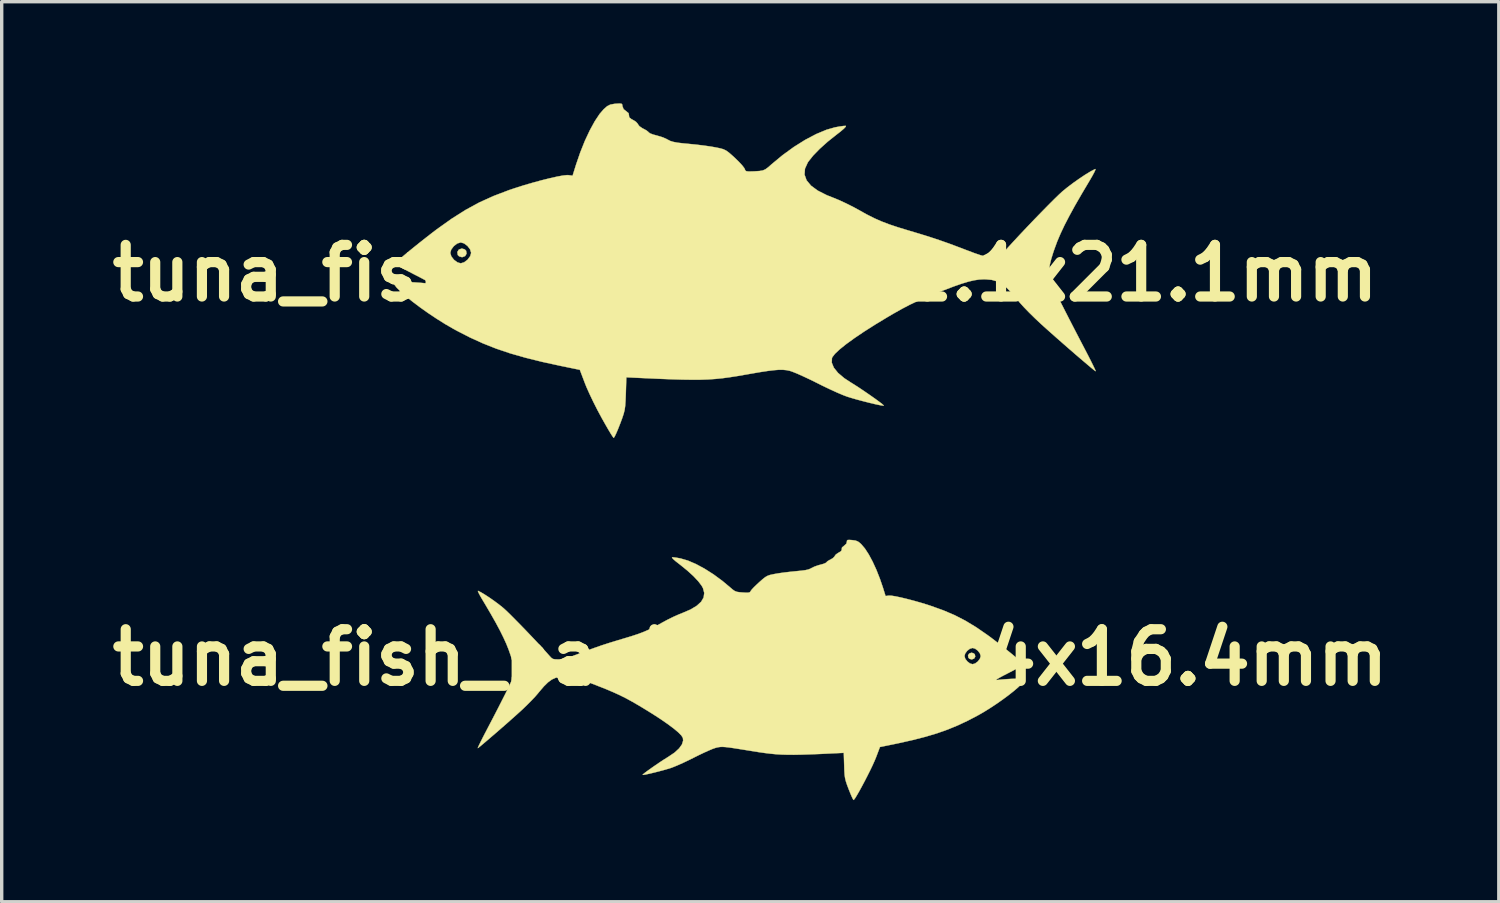
<source format=kicad_pcb>
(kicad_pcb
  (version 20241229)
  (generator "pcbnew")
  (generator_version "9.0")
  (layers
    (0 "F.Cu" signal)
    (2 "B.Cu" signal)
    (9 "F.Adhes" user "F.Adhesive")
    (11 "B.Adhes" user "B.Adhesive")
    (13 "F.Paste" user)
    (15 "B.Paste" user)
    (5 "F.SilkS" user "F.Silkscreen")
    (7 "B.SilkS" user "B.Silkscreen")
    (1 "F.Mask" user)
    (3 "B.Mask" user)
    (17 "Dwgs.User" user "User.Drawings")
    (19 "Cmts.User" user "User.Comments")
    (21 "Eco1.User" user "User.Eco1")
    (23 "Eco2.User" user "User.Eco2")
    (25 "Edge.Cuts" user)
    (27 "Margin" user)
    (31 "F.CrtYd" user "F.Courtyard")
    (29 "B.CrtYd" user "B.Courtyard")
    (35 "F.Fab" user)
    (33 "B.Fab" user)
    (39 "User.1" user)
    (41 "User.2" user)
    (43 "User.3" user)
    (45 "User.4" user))
  (footprint "tuna_fish_back2_R_16.4x16.4mm"
    (layer "F.Cu")
    (at 19.094 16.356)
    (property "Reference" "tuna_fish_back2_R_16.4x16.4mm" (at 0 0 0) (layer "F.SilkS") (effects (font (size 1.524 1.524) (thickness 0.3))))
    (attr through_hole)
    (fp_poly (pts (xy 6.597 -0.122) (xy 6.628 -0.092) (xy 6.64 -0.025) (xy 6.607 0.031) (xy 6.541 0.056) (xy 6.533 0.056) (xy 6.47 0.038) (xy 6.438 0.006) (xy 6.427 -0.062) (xy 6.461 -0.117) (xy 6.529 -0.141) (xy 6.533 -0.141) (xy 6.597 -0.122)) (stroke (width 0.01) (type solid)) (fill yes) (layer "F.SilkS"))
    (fp_poly (pts (xy 3.007 -3.465) (xy 3.108 -3.451) (xy 3.181 -3.422) (xy 3.255 -3.363) (xy 3.277 -3.342) (xy 3.384 -3.216) (xy 3.497 -3.042) (xy 3.611 -2.83) (xy 3.723 -2.586) (xy 3.828 -2.319) (xy 3.914 -2.068) (xy 3.993 -1.814) (xy 4.092 -1.827) (xy 4.165 -1.824) (xy 4.282 -1.806) (xy 4.435 -1.774) (xy 4.615 -1.731) (xy 4.814 -1.679) (xy 5.023 -1.62) (xy 5.233 -1.556) (xy 5.329 -1.524) (xy 5.697 -1.392) (xy 6.033 -1.249) (xy 6.351 -1.085) (xy 6.668 -0.893) (xy 6.997 -0.666) (xy 7.104 -0.588) (xy 7.24 -0.484) (xy 7.385 -0.372) (xy 7.532 -0.255) (xy 7.674 -0.141) (xy 7.804 -0.034) (xy 7.915 0.059) (xy 8.001 0.134) (xy 8.055 0.185) (xy 8.071 0.204) (xy 8.047 0.223) (xy 7.981 0.263) (xy 7.881 0.319) (xy 7.754 0.387) (xy 7.627 0.453) (xy 7.469 0.534) (xy 7.358 0.594) (xy 7.29 0.634) (xy 7.262 0.657) (xy 7.269 0.666) (xy 7.295 0.664) (xy 7.421 0.65) (xy 7.561 0.639) (xy 7.704 0.631) (xy 7.84 0.627) (xy 7.958 0.627) (xy 8.046 0.631) (xy 8.094 0.639) (xy 8.1 0.645) (xy 8.077 0.699) (xy 8.011 0.778) (xy 7.909 0.877) (xy 7.776 0.991) (xy 7.619 1.115) (xy 7.443 1.245) (xy 7.255 1.376) (xy 7.061 1.504) (xy 6.866 1.624) (xy 6.731 1.701) (xy 6.429 1.86) (xy 6.132 2) (xy 5.831 2.124) (xy 5.515 2.236) (xy 5.174 2.338) (xy 4.8 2.434) (xy 4.382 2.528) (xy 4.263 2.553) (xy 3.827 2.642) (xy 3.709 2.954) (xy 3.666 3.056) (xy 3.608 3.185) (xy 3.537 3.333) (xy 3.458 3.49) (xy 3.376 3.65) (xy 3.294 3.804) (xy 3.218 3.943) (xy 3.15 4.061) (xy 3.097 4.148) (xy 3.06 4.197) (xy 3.049 4.205) (xy 3.031 4.18) (xy 2.998 4.113) (xy 2.955 4.013) (xy 2.906 3.89) (xy 2.905 3.888) (xy 2.855 3.755) (xy 2.821 3.652) (xy 2.799 3.562) (xy 2.785 3.467) (xy 2.777 3.349) (xy 2.772 3.193) (xy 2.772 3.192) (xy 2.76 2.814) (xy 2.375 2.832) (xy 2.04 2.848) (xy 1.753 2.859) (xy 1.506 2.867) (xy 1.292 2.871) (xy 1.102 2.87) (xy 0.928 2.865) (xy 0.763 2.855) (xy 0.598 2.839) (xy 0.425 2.818) (xy 0.237 2.791) (xy 0.025 2.757) (xy -0.085 2.739) (xy -0.31 2.703) (xy -0.487 2.675) (xy -0.625 2.655) (xy -0.731 2.643) (xy -0.813 2.638) (xy -0.878 2.639) (xy -0.935 2.646) (xy -0.992 2.658) (xy -1.021 2.666) (xy -1.099 2.692) (xy -1.214 2.74) (xy -1.357 2.804) (xy -1.514 2.879) (xy -1.649 2.946) (xy -1.815 3.029) (xy -1.982 3.108) (xy -2.136 3.177) (xy -2.264 3.23) (xy -2.335 3.257) (xy -2.447 3.291) (xy -2.579 3.329) (xy -2.719 3.366) (xy -2.858 3.401) (xy -2.985 3.431) (xy -3.087 3.453) (xy -3.156 3.464) (xy -3.178 3.463) (xy -3.161 3.444) (xy -3.106 3.399) (xy -3.02 3.336) (xy -2.914 3.26) (xy -2.794 3.177) (xy -2.671 3.093) (xy -2.552 3.015) (xy -2.447 2.949) (xy -2.409 2.925) (xy -2.233 2.806) (xy -2.101 2.684) (xy -2.016 2.565) (xy -1.981 2.452) (xy -1.989 2.373) (xy -2.032 2.303) (xy -2.122 2.211) (xy -2.255 2.099) (xy -2.43 1.968) (xy -2.641 1.822) (xy -2.886 1.663) (xy -3.162 1.493) (xy -3.265 1.431) (xy -3.478 1.307) (xy -3.666 1.204) (xy -3.846 1.114) (xy -4.034 1.028) (xy -4.248 0.937) (xy -4.394 0.879) (xy -4.647 0.78) (xy -4.857 0.702) (xy -5.031 0.644) (xy -5.176 0.604) (xy -5.299 0.579) (xy -5.409 0.566) (xy -5.474 0.564) (xy -5.618 0.572) (xy -5.743 0.598) (xy -5.856 0.649) (xy -5.968 0.731) (xy -6.088 0.848) (xy -6.224 1.006) (xy -6.269 1.062) (xy -6.347 1.152) (xy -6.456 1.267) (xy -6.583 1.395) (xy -6.716 1.524) (xy -6.777 1.58) (xy -6.895 1.687) (xy -7.031 1.808) (xy -7.178 1.939) (xy -7.332 2.073) (xy -7.484 2.206) (xy -7.631 2.332) (xy -7.764 2.446) (xy -7.878 2.543) (xy -7.966 2.617) (xy -8.024 2.663) (xy -8.042 2.675) (xy -8.036 2.654) (xy -8.007 2.59) (xy -7.958 2.49) (xy -7.893 2.36) (xy -7.815 2.209) (xy -7.771 2.125) (xy -7.665 1.922) (xy -7.548 1.698) (xy -7.431 1.471) (xy -7.323 1.258) (xy -7.236 1.087) (xy -7.136 0.884) (xy -7.061 0.721) (xy -7.01 0.586) (xy -6.982 0.47) (xy -6.974 0.36) (xy -6.986 0.248) (xy -7.016 0.122) (xy -7.061 -0.028) (xy -7.07 -0.056) (xy -7.13 -0.228) (xy -7.2 -0.404) (xy -7.285 -0.59) (xy -7.386 -0.794) (xy -7.508 -1.022) (xy -7.654 -1.28) (xy -7.827 -1.575) (xy -7.912 -1.717) (xy -7.973 -1.822) (xy -8.016 -1.904) (xy -8.038 -1.955) (xy -8.036 -1.968) (xy -7.951 -1.926) (xy -7.834 -1.856) (xy -7.699 -1.768) (xy -7.556 -1.668) (xy -7.419 -1.566) (xy -7.299 -1.47) (xy -7.278 -1.452) (xy -7.196 -1.377) (xy -7.084 -1.268) (xy -6.948 -1.131) (xy -6.795 -0.976) (xy -6.632 -0.808) (xy -6.468 -0.636) (xy -6.307 -0.466) (xy -6.159 -0.307) (xy -6.03 -0.165) (xy -5.927 -0.049) (xy -5.872 0.01) (xy -5.824 0.042) (xy -5.761 0.054) (xy -5.666 0.056) (xy -5.587 0.053) (xy -5.504 0.039) (xy -5.406 0.013) (xy -5.281 -0.029) (xy -5.244 -0.042) (xy 6.322 -0.042) (xy 6.346 0.038) (xy 6.406 0.116) (xy 6.485 0.176) (xy 6.562 0.198) (xy 6.639 0.175) (xy 6.719 0.115) (xy 6.779 0.034) (xy 6.802 -0.042) (xy 6.777 -0.123) (xy 6.717 -0.201) (xy 6.638 -0.26) (xy 6.562 -0.282) (xy 6.481 -0.258) (xy 6.403 -0.198) (xy 6.344 -0.119) (xy 6.322 -0.042) (xy -5.244 -0.042) (xy -5.117 -0.09) (xy -5.083 -0.103) (xy -4.821 -0.203) (xy -4.592 -0.286) (xy -4.377 -0.361) (xy -4.157 -0.432) (xy -3.914 -0.506) (xy -3.754 -0.554) (xy -3.508 -0.628) (xy -3.302 -0.696) (xy -3.123 -0.765) (xy -2.956 -0.839) (xy -2.786 -0.926) (xy -2.599 -1.03) (xy -2.445 -1.113) (xy -2.273 -1.198) (xy -2.107 -1.272) (xy -1.999 -1.315) (xy -1.761 -1.417) (xy -1.578 -1.528) (xy -1.449 -1.646) (xy -1.376 -1.772) (xy -1.358 -1.906) (xy -1.395 -2.046) (xy -1.434 -2.118) (xy -1.535 -2.251) (xy -1.677 -2.402) (xy -1.855 -2.564) (xy -2.059 -2.73) (xy -2.099 -2.761) (xy -2.199 -2.839) (xy -2.271 -2.902) (xy -2.308 -2.943) (xy -2.308 -2.958) (xy -2.261 -2.956) (xy -2.177 -2.945) (xy -2.071 -2.926) (xy -2.057 -2.923) (xy -1.843 -2.861) (xy -1.603 -2.758) (xy -1.347 -2.62) (xy -1.083 -2.452) (xy -0.82 -2.258) (xy -0.608 -2.081) (xy -0.522 -2.007) (xy -0.457 -1.962) (xy -0.394 -1.938) (xy -0.314 -1.926) (xy -0.227 -1.919) (xy -0.118 -1.913) (xy -0.051 -1.915) (xy -0.014 -1.927) (xy 0.008 -1.952) (xy 0.014 -1.965) (xy 0.046 -2.008) (xy 0.111 -2.077) (xy 0.198 -2.161) (xy 0.265 -2.223) (xy 0.366 -2.312) (xy 0.441 -2.371) (xy 0.507 -2.409) (xy 0.578 -2.435) (xy 0.672 -2.456) (xy 0.73 -2.467) (xy 0.859 -2.489) (xy 1.021 -2.511) (xy 1.195 -2.531) (xy 1.341 -2.546) (xy 1.505 -2.562) (xy 1.625 -2.578) (xy 1.711 -2.597) (xy 1.775 -2.622) (xy 1.807 -2.64) (xy 1.893 -2.682) (xy 2.004 -2.721) (xy 2.071 -2.739) (xy 2.161 -2.764) (xy 2.226 -2.791) (xy 2.248 -2.81) (xy 2.28 -2.842) (xy 2.345 -2.88) (xy 2.37 -2.892) (xy 2.441 -2.935) (xy 2.487 -2.981) (xy 2.492 -2.994) (xy 2.525 -3.039) (xy 2.59 -3.085) (xy 2.609 -3.095) (xy 2.678 -3.137) (xy 2.701 -3.178) (xy 2.699 -3.198) (xy 2.708 -3.249) (xy 2.768 -3.297) (xy 2.835 -3.358) (xy 2.85 -3.411) (xy 2.854 -3.449) (xy 2.874 -3.468) (xy 2.924 -3.471) (xy 3.007 -3.465)) (stroke (width 0.01) (type solid)) (fill yes) (layer "F.SilkS")))
  (footprint "tuna_fish_back2_L_21.1x21.1mm"
    (layer "F.Cu")
    (at 18.948 5.012)
    (property "Reference" "tuna_fish_back2_L_21.1x21.1mm" (at 0 0 0) (layer "F.SilkS") (effects (font (size 1.524 1.524) (thickness 0.3))))
    (attr through_hole)
    (fp_poly (pts (xy -8.282 -0.702) (xy -8.242 -0.663) (xy -8.227 -0.577) (xy -8.269 -0.505) (xy -8.354 -0.472) (xy -8.364 -0.472) (xy -8.446 -0.496) (xy -8.487 -0.536) (xy -8.5 -0.624) (xy -8.456 -0.695) (xy -8.37 -0.726) (xy -8.364 -0.726) (xy -8.282 -0.702)) (stroke (width 0.01) (type solid)) (fill yes) (layer "F.SilkS"))
    (fp_poly (pts (xy -3.655 -5.001) (xy -3.632 -4.975) (xy -3.628 -4.93) (xy -3.593 -4.84) (xy -3.522 -4.784) (xy -3.445 -4.721) (xy -3.434 -4.656) (xy -3.427 -4.6) (xy -3.365 -4.548) (xy -3.319 -4.524) (xy -3.229 -4.468) (xy -3.174 -4.407) (xy -3.168 -4.393) (xy -3.126 -4.337) (xy -3.042 -4.279) (xy -3.011 -4.263) (xy -2.92 -4.214) (xy -2.862 -4.168) (xy -2.854 -4.157) (xy -2.812 -4.126) (xy -2.721 -4.091) (xy -2.627 -4.066) (xy -2.485 -4.025) (xy -2.35 -3.972) (xy -2.288 -3.939) (xy -2.216 -3.902) (xy -2.124 -3.874) (xy -1.998 -3.85) (xy -1.824 -3.83) (xy -1.687 -3.817) (xy -1.472 -3.796) (xy -1.247 -3.769) (xy -1.041 -3.74) (xy -0.9 -3.716) (xy -0.756 -3.687) (xy -0.653 -3.659) (xy -0.568 -3.619) (xy -0.483 -3.557) (xy -0.374 -3.462) (xy -0.31 -3.403) (xy -0.193 -3.289) (xy -0.096 -3.185) (xy -0.033 -3.104) (xy -0.016 -3.071) (xy -0.001 -3.032) (xy 0.03 -3.009) (xy 0.093 -3.001) (xy 0.205 -3.003) (xy 0.281 -3.006) (xy 0.42 -3.015) (xy 0.515 -3.031) (xy 0.592 -3.064) (xy 0.675 -3.125) (xy 0.778 -3.216) (xy 1.099 -3.482) (xy 1.432 -3.724) (xy 1.767 -3.934) (xy 2.092 -4.105) (xy 2.396 -4.232) (xy 2.645 -4.303) (xy 2.782 -4.328) (xy 2.896 -4.344) (xy 2.964 -4.347) (xy 2.968 -4.347) (xy 2.963 -4.322) (xy 2.908 -4.264) (xy 2.81 -4.18) (xy 2.699 -4.094) (xy 2.431 -3.881) (xy 2.196 -3.67) (xy 2.004 -3.473) (xy 1.864 -3.297) (xy 1.844 -3.268) (xy 1.76 -3.083) (xy 1.748 -2.907) (xy 1.808 -2.74) (xy 1.938 -2.583) (xy 2.138 -2.436) (xy 2.409 -2.299) (xy 2.57 -2.236) (xy 2.756 -2.16) (xy 2.973 -2.06) (xy 3.192 -1.95) (xy 3.342 -1.868) (xy 3.582 -1.734) (xy 3.801 -1.623) (xy 4.016 -1.528) (xy 4.246 -1.44) (xy 4.51 -1.352) (xy 4.826 -1.256) (xy 5.167 -1.154) (xy 5.464 -1.061) (xy 5.741 -0.969) (xy 6.023 -0.87) (xy 6.332 -0.754) (xy 6.536 -0.676) (xy 6.756 -0.593) (xy 6.925 -0.535) (xy 7.057 -0.498) (xy 7.166 -0.479) (xy 7.267 -0.472) (xy 7.285 -0.472) (xy 7.41 -0.475) (xy 7.49 -0.492) (xy 7.552 -0.533) (xy 7.621 -0.608) (xy 7.754 -0.759) (xy 7.921 -0.941) (xy 8.112 -1.146) (xy 8.318 -1.364) (xy 8.53 -1.586) (xy 8.739 -1.801) (xy 8.935 -2.001) (xy 9.11 -2.176) (xy 9.254 -2.316) (xy 9.357 -2.411) (xy 9.504 -2.531) (xy 9.677 -2.662) (xy 9.86 -2.791) (xy 10.037 -2.909) (xy 10.194 -3.004) (xy 10.313 -3.066) (xy 10.332 -3.074) (xy 10.333 -3.053) (xy 10.301 -2.981) (xy 10.242 -2.871) (xy 10.173 -2.752) (xy 9.934 -2.349) (xy 9.731 -1.998) (xy 9.562 -1.689) (xy 9.42 -1.415) (xy 9.303 -1.167) (xy 9.205 -0.936) (xy 9.123 -0.713) (xy 9.09 -0.617) (xy 9.028 -0.417) (xy 8.987 -0.251) (xy 8.968 -0.104) (xy 8.973 0.036) (xy 9.005 0.183) (xy 9.066 0.352) (xy 9.156 0.554) (xy 9.279 0.805) (xy 9.303 0.853) (xy 9.422 1.087) (xy 9.562 1.361) (xy 9.713 1.654) (xy 9.862 1.941) (xy 9.991 2.188) (xy 10.098 2.394) (xy 10.191 2.576) (xy 10.265 2.725) (xy 10.316 2.832) (xy 10.34 2.889) (xy 10.34 2.895) (xy 10.301 2.868) (xy 10.216 2.799) (xy 10.093 2.695) (xy 9.939 2.564) (xy 9.762 2.413) (xy 9.572 2.248) (xy 9.374 2.075) (xy 9.178 1.903) (xy 8.992 1.738) (xy 8.822 1.586) (xy 8.713 1.487) (xy 8.543 1.327) (xy 8.374 1.161) (xy 8.221 1.003) (xy 8.101 0.87) (xy 8.06 0.821) (xy 7.877 0.6) (xy 7.718 0.434) (xy 7.572 0.317) (xy 7.427 0.241) (xy 7.273 0.198) (xy 7.096 0.182) (xy 7.038 0.181) (xy 6.903 0.188) (xy 6.756 0.21) (xy 6.588 0.249) (xy 6.389 0.309) (xy 6.149 0.393) (xy 5.859 0.503) (xy 5.649 0.585) (xy 5.343 0.71) (xy 5.084 0.823) (xy 4.849 0.934) (xy 4.617 1.056) (xy 4.365 1.198) (xy 4.198 1.296) (xy 3.831 1.518) (xy 3.501 1.728) (xy 3.214 1.922) (xy 2.973 2.097) (xy 2.782 2.251) (xy 2.646 2.379) (xy 2.569 2.479) (xy 2.557 2.507) (xy 2.551 2.642) (xy 2.612 2.79) (xy 2.736 2.944) (xy 2.92 3.1) (xy 3.098 3.217) (xy 3.222 3.294) (xy 3.369 3.389) (xy 3.526 3.495) (xy 3.683 3.603) (xy 3.828 3.705) (xy 3.951 3.795) (xy 4.04 3.863) (xy 4.084 3.903) (xy 4.086 3.909) (xy 4.045 3.908) (xy 3.948 3.891) (xy 3.809 3.861) (xy 3.643 3.821) (xy 3.463 3.775) (xy 3.283 3.727) (xy 3.117 3.679) (xy 3.002 3.643) (xy 2.876 3.595) (xy 2.702 3.521) (xy 2.499 3.428) (xy 2.283 3.325) (xy 2.12 3.243) (xy 1.913 3.141) (xy 1.713 3.047) (xy 1.535 2.967) (xy 1.393 2.91) (xy 1.314 2.883) (xy 1.218 2.863) (xy 1.114 2.853) (xy 0.993 2.852) (xy 0.843 2.864) (xy 0.656 2.887) (xy 0.421 2.923) (xy 0.127 2.974) (xy 0.025 2.992) (xy -0.23 3.036) (xy -0.46 3.072) (xy -0.674 3.101) (xy -0.884 3.122) (xy -1.098 3.137) (xy -1.326 3.145) (xy -1.578 3.146) (xy -1.863 3.142) (xy -2.192 3.132) (xy -2.574 3.117) (xy -3.017 3.097) (xy -3.512 3.074) (xy -3.527 3.56) (xy -3.535 3.761) (xy -3.545 3.912) (xy -3.562 4.035) (xy -3.591 4.151) (xy -3.635 4.283) (xy -3.698 4.453) (xy -3.699 4.454) (xy -3.761 4.612) (xy -3.817 4.741) (xy -3.86 4.829) (xy -3.884 4.862) (xy -3.884 4.862) (xy -3.91 4.832) (xy -3.965 4.748) (xy -4.042 4.619) (xy -4.136 4.456) (xy -4.241 4.269) (xy -4.247 4.258) (xy -4.367 4.034) (xy -4.487 3.797) (xy -4.596 3.568) (xy -4.686 3.368) (xy -4.732 3.254) (xy -4.884 2.853) (xy -5.444 2.738) (xy -5.999 2.617) (xy -6.494 2.494) (xy -6.942 2.366) (xy -7.356 2.226) (xy -7.747 2.071) (xy -8.129 1.897) (xy -8.514 1.699) (xy -8.618 1.642) (xy -8.864 1.5) (xy -9.115 1.342) (xy -9.364 1.176) (xy -9.602 1.007) (xy -9.821 0.842) (xy -10.015 0.685) (xy -10.175 0.544) (xy -10.293 0.424) (xy -10.363 0.331) (xy -10.378 0.285) (xy -10.344 0.271) (xy -10.252 0.263) (xy -10.116 0.261) (xy -9.95 0.264) (xy -9.768 0.272) (xy -9.584 0.285) (xy -9.413 0.301) (xy -9.344 0.31) (xy -9.303 0.311) (xy -9.305 0.295) (xy -9.353 0.26) (xy -9.454 0.203) (xy -9.611 0.119) (xy -9.77 0.038) (xy -9.954 -0.058) (xy -10.114 -0.144) (xy -10.238 -0.213) (xy -10.317 -0.262) (xy -10.34 -0.281) (xy -10.312 -0.315) (xy -10.236 -0.386) (xy -10.119 -0.486) (xy -9.985 -0.599) (xy -8.709 -0.599) (xy -8.678 -0.496) (xy -8.6 -0.395) (xy -8.498 -0.319) (xy -8.4 -0.29) (xy -8.3 -0.32) (xy -8.198 -0.396) (xy -8.12 -0.501) (xy -8.092 -0.599) (xy -8.123 -0.702) (xy -8.2 -0.803) (xy -8.302 -0.879) (xy -8.4 -0.907) (xy -8.503 -0.876) (xy -8.604 -0.798) (xy -8.68 -0.697) (xy -8.709 -0.599) (xy -9.985 -0.599) (xy -9.972 -0.61) (xy -9.801 -0.749) (xy -9.617 -0.897) (xy -9.428 -1.046) (xy -9.243 -1.19) (xy -9.098 -1.3) (xy -8.665 -1.608) (xy -8.255 -1.867) (xy -7.849 -2.088) (xy -7.426 -2.279) (xy -6.968 -2.453) (xy -6.816 -2.504) (xy -6.55 -2.589) (xy -6.279 -2.668) (xy -6.016 -2.74) (xy -5.771 -2.801) (xy -5.557 -2.849) (xy -5.383 -2.881) (xy -5.261 -2.894) (xy -5.225 -2.893) (xy -5.098 -2.876) (xy -4.996 -3.203) (xy -4.872 -3.563) (xy -4.736 -3.904) (xy -4.591 -4.213) (xy -4.444 -4.482) (xy -4.3 -4.699) (xy -4.177 -4.841) (xy -4.077 -4.928) (xy -3.986 -4.974) (xy -3.869 -4.996) (xy -3.83 -5) (xy -3.715 -5.007) (xy -3.655 -5.001)) (stroke (width 0.01) (type solid)) (fill yes) (layer "F.SilkS")))
  (gr_rect
    (start -3 -3)
    (end 41.187 23.566)
    (stroke (width 0.1) (type default))
    (fill no)
    (layer "Edge.Cuts")))
</source>
